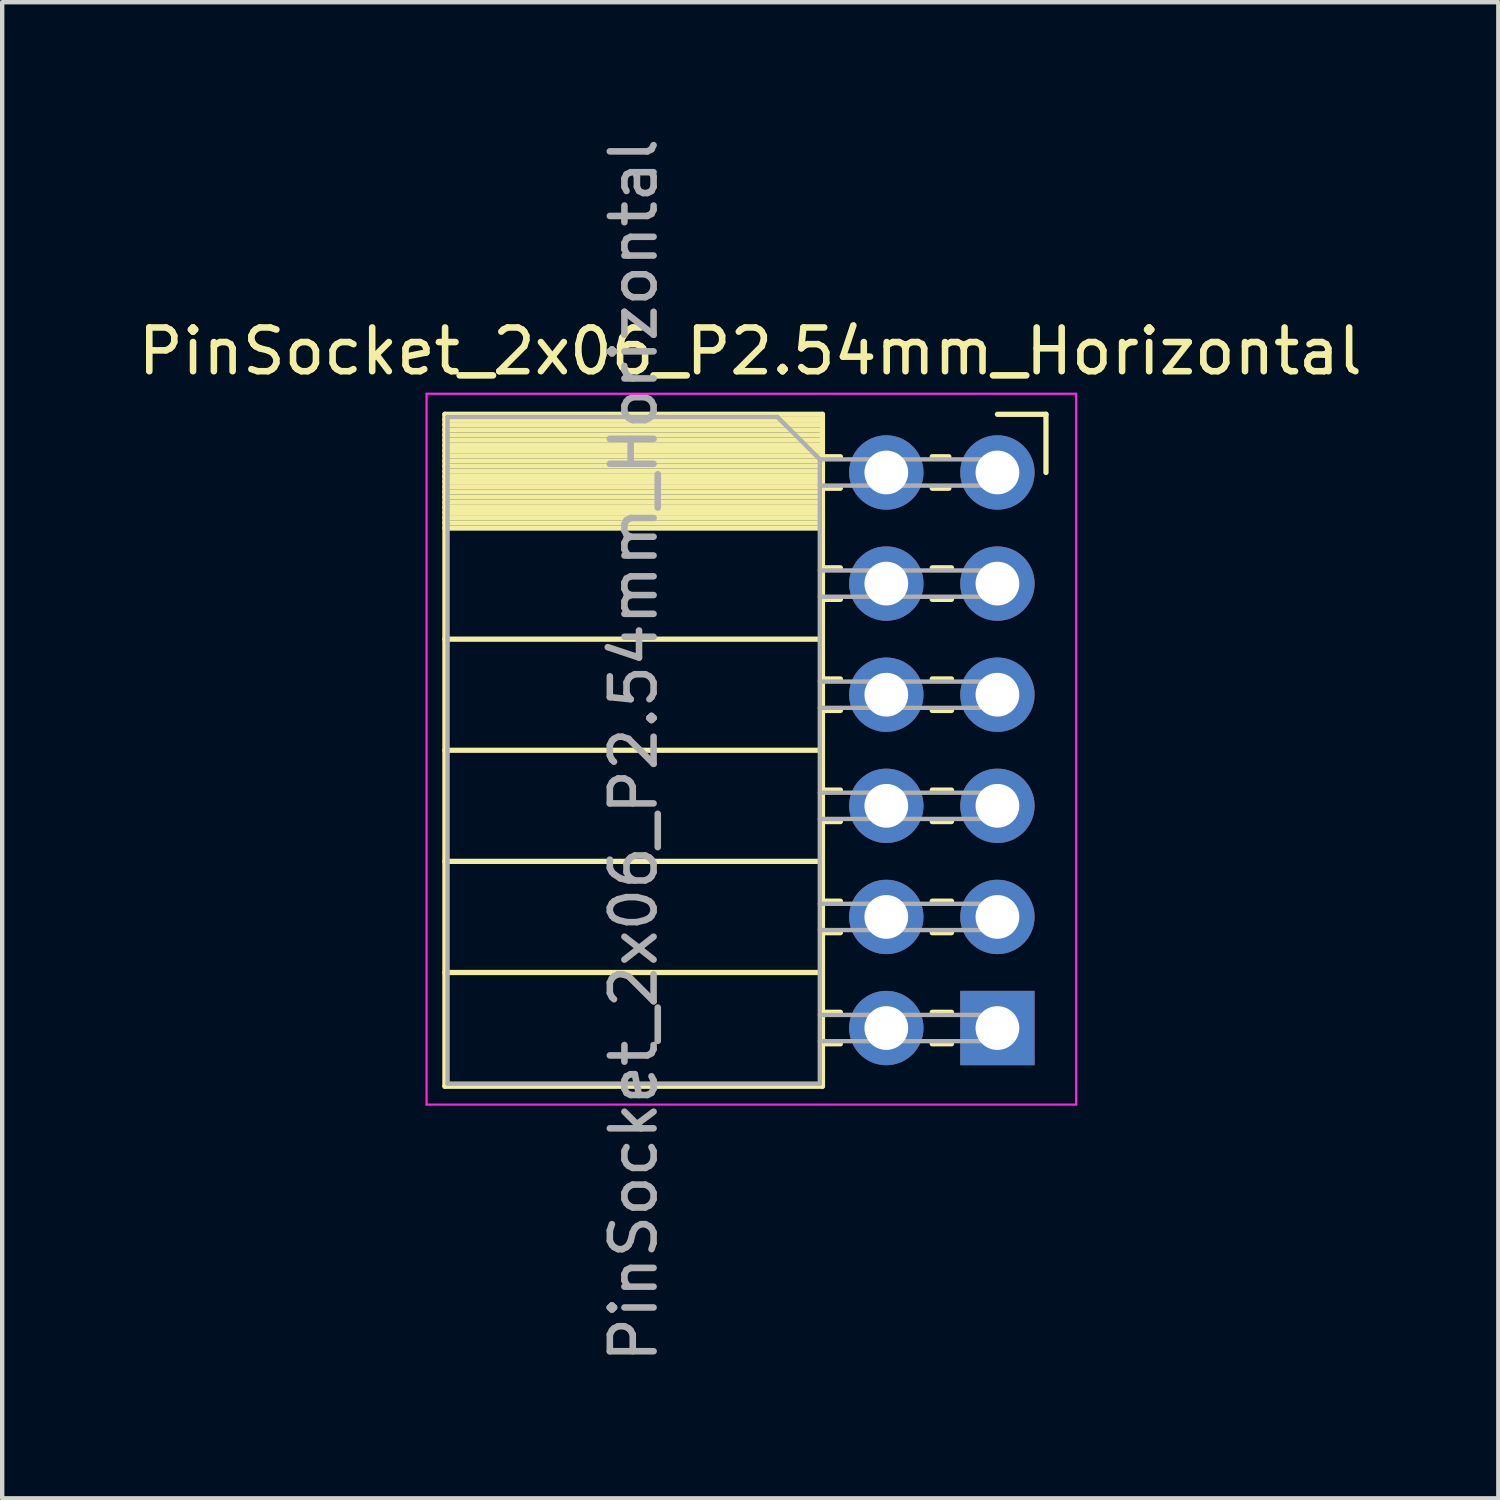
<source format=kicad_pcb>
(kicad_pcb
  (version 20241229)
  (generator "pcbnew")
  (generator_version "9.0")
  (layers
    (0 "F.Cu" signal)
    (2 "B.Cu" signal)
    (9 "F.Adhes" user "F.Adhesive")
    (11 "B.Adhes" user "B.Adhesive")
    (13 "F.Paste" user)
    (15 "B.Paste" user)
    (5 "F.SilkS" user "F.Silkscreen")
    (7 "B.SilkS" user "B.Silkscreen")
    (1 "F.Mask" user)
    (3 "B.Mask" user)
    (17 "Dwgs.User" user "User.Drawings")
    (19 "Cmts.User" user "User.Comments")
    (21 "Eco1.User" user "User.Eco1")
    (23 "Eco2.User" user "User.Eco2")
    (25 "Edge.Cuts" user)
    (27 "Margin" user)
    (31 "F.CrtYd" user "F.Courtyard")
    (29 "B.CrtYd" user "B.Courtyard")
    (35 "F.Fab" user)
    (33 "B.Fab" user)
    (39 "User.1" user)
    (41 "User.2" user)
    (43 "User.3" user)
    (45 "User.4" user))
  (footprint "PinSocket_2x06_P2.54mm_Horizontal"
    (layer "F.Cu")
    (at 19.751 20.451)
    (property "Reference" "PinSocket_2x06_P2.54mm_Horizontal" (at -5.65 -15.47 0) (layer "F.SilkS") (effects (font (size 1 1) (thickness 0.15))))
    (attr through_hole)
    (fp_line (start -12.63 -14.03) (end -12.63 1.33) (stroke (width 0.12) (type solid)) (layer "F.SilkS"))
    (fp_line (start -12.63 -14.03) (end -4 -14.03) (stroke (width 0.12) (type solid)) (layer "F.SilkS"))
    (fp_line (start -12.63 -13.91) (end -4 -13.91) (stroke (width 0.12) (type solid)) (layer "F.SilkS"))
    (fp_line (start -12.63 -13.792) (end -4 -13.792) (stroke (width 0.12) (type solid)) (layer "F.SilkS"))
    (fp_line (start -12.63 -13.674) (end -4 -13.674) (stroke (width 0.12) (type solid)) (layer "F.SilkS"))
    (fp_line (start -12.63 -13.556) (end -4 -13.556) (stroke (width 0.12) (type solid)) (layer "F.SilkS"))
    (fp_line (start -12.63 -13.438) (end -4 -13.438) (stroke (width 0.12) (type solid)) (layer "F.SilkS"))
    (fp_line (start -12.63 -13.32) (end -4 -13.32) (stroke (width 0.12) (type solid)) (layer "F.SilkS"))
    (fp_line (start -12.63 -13.201) (end -4 -13.201) (stroke (width 0.12) (type solid)) (layer "F.SilkS"))
    (fp_line (start -12.63 -13.083) (end -4 -13.083) (stroke (width 0.12) (type solid)) (layer "F.SilkS"))
    (fp_line (start -12.63 -12.965) (end -4 -12.965) (stroke (width 0.12) (type solid)) (layer "F.SilkS"))
    (fp_line (start -12.63 -12.847) (end -4 -12.847) (stroke (width 0.12) (type solid)) (layer "F.SilkS"))
    (fp_line (start -12.63 -12.729) (end -4 -12.729) (stroke (width 0.12) (type solid)) (layer "F.SilkS"))
    (fp_line (start -12.63 -12.611) (end -4 -12.611) (stroke (width 0.12) (type solid)) (layer "F.SilkS"))
    (fp_line (start -12.63 -12.493) (end -4 -12.493) (stroke (width 0.12) (type solid)) (layer "F.SilkS"))
    (fp_line (start -12.63 -12.375) (end -4 -12.375) (stroke (width 0.12) (type solid)) (layer "F.SilkS"))
    (fp_line (start -12.63 -12.257) (end -4 -12.257) (stroke (width 0.12) (type solid)) (layer "F.SilkS"))
    (fp_line (start -12.63 -12.139) (end -4 -12.139) (stroke (width 0.12) (type solid)) (layer "F.SilkS"))
    (fp_line (start -12.63 -12.02) (end -4 -12.02) (stroke (width 0.12) (type solid)) (layer "F.SilkS"))
    (fp_line (start -12.63 -11.902) (end -4 -11.902) (stroke (width 0.12) (type solid)) (layer "F.SilkS"))
    (fp_line (start -12.63 -11.784) (end -4 -11.784) (stroke (width 0.12) (type solid)) (layer "F.SilkS"))
    (fp_line (start -12.63 -11.666) (end -4 -11.666) (stroke (width 0.12) (type solid)) (layer "F.SilkS"))
    (fp_line (start -12.63 -11.548) (end -4 -11.548) (stroke (width 0.12) (type solid)) (layer "F.SilkS"))
    (fp_line (start -12.63 -11.43) (end -4 -11.43) (stroke (width 0.12) (type solid)) (layer "F.SilkS"))
    (fp_line (start -12.63 -8.89) (end -4 -8.89) (stroke (width 0.12) (type solid)) (layer "F.SilkS"))
    (fp_line (start -12.63 -6.35) (end -4 -6.35) (stroke (width 0.12) (type solid)) (layer "F.SilkS"))
    (fp_line (start -12.63 -3.81) (end -4 -3.81) (stroke (width 0.12) (type solid)) (layer "F.SilkS"))
    (fp_line (start -12.63 -1.27) (end -4 -1.27) (stroke (width 0.12) (type solid)) (layer "F.SilkS"))
    (fp_line (start -12.63 1.33) (end -4 1.33) (stroke (width 0.12) (type solid)) (layer "F.SilkS"))
    (fp_line (start -4 -14.03) (end -4 1.33) (stroke (width 0.12) (type solid)) (layer "F.SilkS"))
    (fp_line (start -4 -13.06) (end -3.59 -13.06) (stroke (width 0.12) (type solid)) (layer "F.SilkS"))
    (fp_line (start -4 -12.34) (end -3.59 -12.34) (stroke (width 0.12) (type solid)) (layer "F.SilkS"))
    (fp_line (start -4 -10.52) (end -3.59 -10.52) (stroke (width 0.12) (type solid)) (layer "F.SilkS"))
    (fp_line (start -4 -9.8) (end -3.59 -9.8) (stroke (width 0.12) (type solid)) (layer "F.SilkS"))
    (fp_line (start -4 -7.98) (end -3.59 -7.98) (stroke (width 0.12) (type solid)) (layer "F.SilkS"))
    (fp_line (start -4 -7.26) (end -3.59 -7.26) (stroke (width 0.12) (type solid)) (layer "F.SilkS"))
    (fp_line (start -4 -5.44) (end -3.59 -5.44) (stroke (width 0.12) (type solid)) (layer "F.SilkS"))
    (fp_line (start -4 -4.72) (end -3.59 -4.72) (stroke (width 0.12) (type solid)) (layer "F.SilkS"))
    (fp_line (start -4 -2.9) (end -3.59 -2.9) (stroke (width 0.12) (type solid)) (layer "F.SilkS"))
    (fp_line (start -4 -2.18) (end -3.59 -2.18) (stroke (width 0.12) (type solid)) (layer "F.SilkS"))
    (fp_line (start -4 -0.36) (end -3.59 -0.36) (stroke (width 0.12) (type solid)) (layer "F.SilkS"))
    (fp_line (start -4 0.36) (end -3.59 0.36) (stroke (width 0.12) (type solid)) (layer "F.SilkS"))
    (fp_line (start -1.49 -13.06) (end -1.11 -13.06) (stroke (width 0.12) (type solid)) (layer "F.SilkS"))
    (fp_line (start -1.49 -12.34) (end -1.11 -12.34) (stroke (width 0.12) (type solid)) (layer "F.SilkS"))
    (fp_line (start -1.49 -10.52) (end -1.05 -10.52) (stroke (width 0.12) (type solid)) (layer "F.SilkS"))
    (fp_line (start -1.49 -9.8) (end -1.05 -9.8) (stroke (width 0.12) (type solid)) (layer "F.SilkS"))
    (fp_line (start -1.49 -7.98) (end -1.05 -7.98) (stroke (width 0.12) (type solid)) (layer "F.SilkS"))
    (fp_line (start -1.49 -7.26) (end -1.05 -7.26) (stroke (width 0.12) (type solid)) (layer "F.SilkS"))
    (fp_line (start -1.49 -5.44) (end -1.05 -5.44) (stroke (width 0.12) (type solid)) (layer "F.SilkS"))
    (fp_line (start -1.49 -4.72) (end -1.05 -4.72) (stroke (width 0.12) (type solid)) (layer "F.SilkS"))
    (fp_line (start -1.49 -2.9) (end -1.05 -2.9) (stroke (width 0.12) (type solid)) (layer "F.SilkS"))
    (fp_line (start -1.49 -2.18) (end -1.05 -2.18) (stroke (width 0.12) (type solid)) (layer "F.SilkS"))
    (fp_line (start -1.49 -0.36) (end -1.05 -0.36) (stroke (width 0.12) (type solid)) (layer "F.SilkS"))
    (fp_line (start -1.49 0.36) (end -1.05 0.36) (stroke (width 0.12) (type solid)) (layer "F.SilkS"))
    (fp_line (start 0 -14.03) (end 1.11 -14.03) (stroke (width 0.12) (type solid)) (layer "F.SilkS"))
    (fp_line (start 1.11 -14.03) (end 1.11 -12.7) (stroke (width 0.12) (type solid)) (layer "F.SilkS"))
    (fp_line (start -13.05 -14.5) (end -13.05 1.75) (stroke (width 0.05) (type solid)) (layer "F.CrtYd"))
    (fp_line (start -13.05 1.75) (end 1.8 1.75) (stroke (width 0.05) (type solid)) (layer "F.CrtYd"))
    (fp_line (start 1.8 -14.5) (end -13.05 -14.5) (stroke (width 0.05) (type solid)) (layer "F.CrtYd"))
    (fp_line (start 1.8 1.75) (end 1.8 -14.5) (stroke (width 0.05) (type solid)) (layer "F.CrtYd"))
    (fp_line (start -12.57 -13.97) (end -5.03 -13.97) (stroke (width 0.1) (type solid)) (layer "F.Fab"))
    (fp_line (start -12.57 1.27) (end -12.57 -13.97) (stroke (width 0.1) (type solid)) (layer "F.Fab"))
    (fp_line (start -5.03 -13.97) (end -4.06 -13) (stroke (width 0.1) (type solid)) (layer "F.Fab"))
    (fp_line (start -4.06 -13) (end -4.06 1.27) (stroke (width 0.1) (type solid)) (layer "F.Fab"))
    (fp_line (start -4.06 -12.4) (end 0 -12.4) (stroke (width 0.1) (type solid)) (layer "F.Fab"))
    (fp_line (start -4.06 -9.86) (end 0 -9.86) (stroke (width 0.1) (type solid)) (layer "F.Fab"))
    (fp_line (start -4.06 -7.32) (end 0 -7.32) (stroke (width 0.1) (type solid)) (layer "F.Fab"))
    (fp_line (start -4.06 -4.78) (end 0 -4.78) (stroke (width 0.1) (type solid)) (layer "F.Fab"))
    (fp_line (start -4.06 -2.24) (end 0 -2.24) (stroke (width 0.1) (type solid)) (layer "F.Fab"))
    (fp_line (start -4.06 0.3) (end 0 0.3) (stroke (width 0.1) (type solid)) (layer "F.Fab"))
    (fp_line (start -4.06 1.27) (end -12.57 1.27) (stroke (width 0.1) (type solid)) (layer "F.Fab"))
    (fp_line (start 0 -13) (end -4.06 -13) (stroke (width 0.1) (type solid)) (layer "F.Fab"))
    (fp_line (start 0 -12.4) (end 0 -13) (stroke (width 0.1) (type solid)) (layer "F.Fab"))
    (fp_line (start 0 -10.46) (end -4.06 -10.46) (stroke (width 0.1) (type solid)) (layer "F.Fab"))
    (fp_line (start 0 -9.86) (end 0 -10.46) (stroke (width 0.1) (type solid)) (layer "F.Fab"))
    (fp_line (start 0 -7.92) (end -4.06 -7.92) (stroke (width 0.1) (type solid)) (layer "F.Fab"))
    (fp_line (start 0 -7.32) (end 0 -7.92) (stroke (width 0.1) (type solid)) (layer "F.Fab"))
    (fp_line (start 0 -5.38) (end -4.06 -5.38) (stroke (width 0.1) (type solid)) (layer "F.Fab"))
    (fp_line (start 0 -4.78) (end 0 -5.38) (stroke (width 0.1) (type solid)) (layer "F.Fab"))
    (fp_line (start 0 -2.84) (end -4.06 -2.84) (stroke (width 0.1) (type solid)) (layer "F.Fab"))
    (fp_line (start 0 -2.24) (end 0 -2.84) (stroke (width 0.1) (type solid)) (layer "F.Fab"))
    (fp_line (start 0 -0.3) (end -4.06 -0.3) (stroke (width 0.1) (type solid)) (layer "F.Fab"))
    (fp_line (start 0 0.3) (end 0 -0.3) (stroke (width 0.1) (type solid)) (layer "F.Fab"))
    (fp_text user "${REFERENCE}" (at -8.315 -6.35 90) (layer "F.Fab") (effects (font (size 1 1) (thickness 0.15))))
    (pad "1" thru_hole rect (at 0 0) (size 1.7 1.7) (drill 1) (layers "*.Cu" "*.Mask"))
    (pad "2" thru_hole oval (at 0 -2.54) (size 1.7 1.7) (drill 1) (layers "*.Cu" "*.Mask"))
    (pad "3" thru_hole oval (at 0 -5.08) (size 1.7 1.7) (drill 1) (layers "*.Cu" "*.Mask"))
    (pad "4" thru_hole oval (at 0 -7.62) (size 1.7 1.7) (drill 1) (layers "*.Cu" "*.Mask"))
    (pad "5" thru_hole oval (at 0 -10.16) (size 1.7 1.7) (drill 1) (layers "*.Cu" "*.Mask"))
    (pad "6" thru_hole circle (at 0 -12.7) (size 1.7 1.7) (drill 1) (layers "*.Cu" "*.Mask"))
    (pad "7" thru_hole oval (at -2.54 0) (size 1.7 1.7) (drill 1) (layers "*.Cu" "*.Mask"))
    (pad "8" thru_hole oval (at -2.54 -2.54) (size 1.7 1.7) (drill 1) (layers "*.Cu" "*.Mask"))
    (pad "9" thru_hole oval (at -2.54 -5.08) (size 1.7 1.7) (drill 1) (layers "*.Cu" "*.Mask"))
    (pad "10" thru_hole oval (at -2.54 -7.62) (size 1.7 1.7) (drill 1) (layers "*.Cu" "*.Mask"))
    (pad "11" thru_hole oval (at -2.54 -10.16) (size 1.7 1.7) (drill 1) (layers "*.Cu" "*.Mask"))
    (pad "12" thru_hole oval (at -2.54 -12.7) (size 1.7 1.7) (drill 1) (layers "*.Cu" "*.Mask")))
  (gr_rect
    (start -3 -3)
    (end 31.202 31.202)
    (stroke (width 0.1) (type default))
    (fill no)
    (layer "Edge.Cuts")))
</source>
